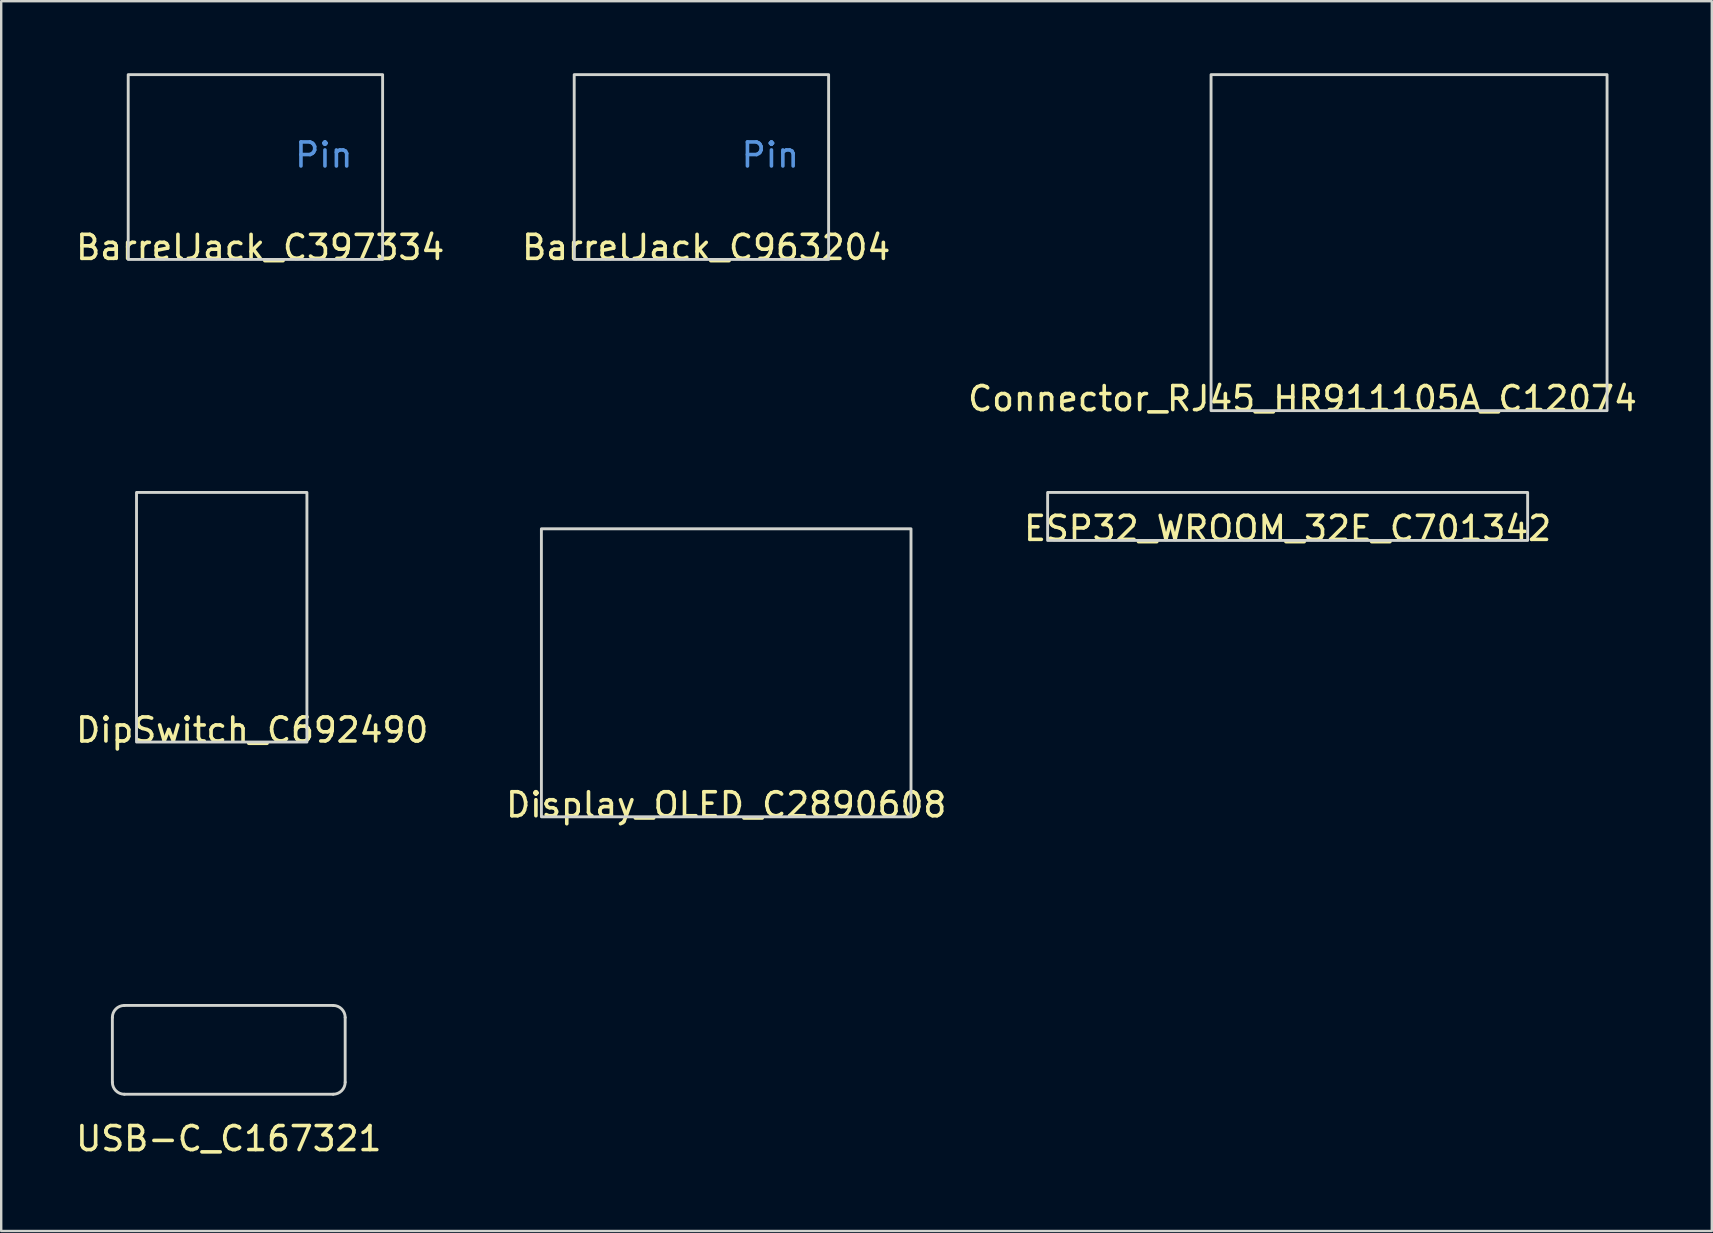
<source format=kicad_pcb>
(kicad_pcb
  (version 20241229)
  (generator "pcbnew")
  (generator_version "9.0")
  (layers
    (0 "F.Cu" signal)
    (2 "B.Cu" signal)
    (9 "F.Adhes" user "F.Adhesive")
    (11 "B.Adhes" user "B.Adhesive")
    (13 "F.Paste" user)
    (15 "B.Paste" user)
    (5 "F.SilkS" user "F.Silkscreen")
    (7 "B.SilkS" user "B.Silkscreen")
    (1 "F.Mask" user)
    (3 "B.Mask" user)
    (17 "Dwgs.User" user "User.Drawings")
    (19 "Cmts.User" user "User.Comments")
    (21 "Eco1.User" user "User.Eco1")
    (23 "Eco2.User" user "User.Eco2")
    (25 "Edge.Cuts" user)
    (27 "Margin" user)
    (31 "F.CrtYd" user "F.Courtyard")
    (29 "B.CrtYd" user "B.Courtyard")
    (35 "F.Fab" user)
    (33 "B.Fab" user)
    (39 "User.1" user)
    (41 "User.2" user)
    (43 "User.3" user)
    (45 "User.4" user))
  (footprint "DipSwitch_C692490"
    (layer "F.Cu")
    (at 7.458 27.868)
    (property "Reference" "DipSwitch_C692490" (at 0 -0.5 0) (unlocked yes) (layer "F.SilkS") (effects (font (size 1 1) (thickness 0.15))))
    (fp_line (start 0 0) (end 0 -4) (stroke (width 0.05) (type solid)) (layer "Eco1.User"))
    (fp_rect (start -4.82 0) (end 2.28 -10.4) (stroke (width 0.12) (type solid)) (fill no) (layer "Edge.Cuts")))
  (footprint "Display_OLED_C2890608"
    (layer "F.Cu")
    (at 27.208 35.533)
    (property "Reference" "Display_OLED_C2890608" (at 0 -5.05 0) (unlocked yes) (layer "F.SilkS") (effects (font (size 1 1) (thickness 0.15))))
    (fp_line (start 0 0) (end 0 -8) (stroke (width 0.05) (type solid)) (layer "Eco1.User"))
    (fp_rect (start -8.75 -3.3) (end 8.75 -17.8) (stroke (width 0.05) (type solid)) (fill no) (layer "Eco1.User"))
    (fp_rect (start -6.75 -5.55) (end 6.75 -15.55) (stroke (width 0.05) (type solid)) (fill no) (layer "Eco1.User"))
    (fp_rect (start -9.25 -18.1) (end 9.25 0) (stroke (width 0.05) (type solid)) (fill no) (layer "Eco2.User"))
    (fp_rect (start -7.7 -4.55) (end 7.7 -16.55) (stroke (width 0.12) (type solid)) (fill no) (layer "Edge.Cuts")))
  (footprint "BarrelJack_C963204"
    (layer "F.Cu")
    (at 26.375 7.76)
    (property "Reference" "BarrelJack_C963204" (at 0 -0.5 0) (unlocked yes) (layer "F.SilkS") (effects (font (size 1 1) (thickness 0.15))))
    (fp_line (start 0 0) (end 0 -4) (stroke (width 0.05) (type solid)) (layer "Eco1.User"))
    (fp_line (start 1.07 -2.45) (end 1.07 -4.45) (stroke (width 0.05) (type solid)) (layer "Eco1.User"))
    (fp_line (start 2.07 -3.5) (end 0.07 -3.5) (stroke (width 0.05) (type solid)) (layer "Eco1.User"))
    (fp_rect (start -5.5 0) (end 5.1 -7.7) (stroke (width 0.12) (type solid)) (fill no) (layer "Edge.Cuts"))
    (fp_text user "Pin" (at 2.67 -4.35 0) (unlocked yes) (layer "Cmts.User") (effects (font (size 1 1) (thickness 0.15)))))
  (footprint "Connector_RJ45_HR911105A_C12074"
    (layer "F.Cu")
    (at 51.22 14.06)
    (property "Reference" "Connector_RJ45_HR911105A_C12074" (at 0 -0.5 0) (unlocked yes) (layer "F.SilkS") (effects (font (size 1 1) (thickness 0.15))))
    (fp_line (start 0 0) (end 0 -5) (stroke (width 0.05) (type solid)) (layer "Eco1.User"))
    (fp_rect (start -3.81 0) (end 12.69 -14) (stroke (width 0.12) (type solid)) (fill no) (layer "Edge.Cuts")))
  (footprint "ESP32_WROOM_32E_C701342"
    (layer "F.Cu")
    (at 50.601 19.468)
    (property "Reference" "ESP32_WROOM_32E_C701342" (at 0 -0.5 0) (unlocked yes) (layer "F.SilkS") (effects (font (size 1 1) (thickness 0.15))))
    (fp_rect (start -10 0) (end 10 -2) (stroke (width 0.12) (type solid)) (fill no) (layer "Edge.Cuts")))
  (footprint "BarrelJack_C397334"
    (layer "F.Cu")
    (at 7.792 7.76)
    (property "Reference" "BarrelJack_C397334" (at 0 -0.5 0) (unlocked yes) (layer "F.SilkS") (effects (font (size 1 1) (thickness 0.15))))
    (fp_line (start 0 0) (end 0 -4) (stroke (width 0.05) (type solid)) (layer "Eco1.User"))
    (fp_line (start 1.05 -2.45) (end 1.05 -4.45) (stroke (width 0.05) (type solid)) (layer "Eco1.User"))
    (fp_line (start 2.05 -3.5) (end 0.05 -3.5) (stroke (width 0.05) (type solid)) (layer "Eco1.User"))
    (fp_rect (start -5.5 0) (end 5.1 -7.7) (stroke (width 0.12) (type solid)) (fill no) (layer "Edge.Cuts"))
    (fp_text user "Pin" (at 2.65 -4.35 0) (unlocked yes) (layer "Cmts.User") (effects (font (size 1 1) (thickness 0.15)))))
  (footprint "USB-C_C167321"
    (layer "F.Cu")
    (at 6.482 42.543)
    (property "Reference" "USB-C_C167321" (at 0 1.85 0) (unlocked yes) (layer "F.SilkS") (effects (font (size 1 1) (thickness 0.15))))
    (fp_rect (start -4.65 0) (end 4.45 -3.2) (stroke (width 0.01) (type solid)) (fill no) (layer "Eco1.User"))
    (fp_line (start -4.85 -0.5) (end -4.85 -3.2) (stroke (width 0.12) (type solid)) (layer "Edge.Cuts"))
    (fp_line (start -4.35 -3.7) (end 4.35 -3.7) (stroke (width 0.12) (type solid)) (layer "Edge.Cuts"))
    (fp_line (start 4.35 0) (end -4.35 -0.000001) (stroke (width 0.12) (type solid)) (layer "Edge.Cuts"))
    (fp_line (start 4.85 -3.2) (end 4.85 -0.5) (stroke (width 0.12) (type solid)) (layer "Edge.Cuts"))
    (fp_arc (start -4.849999 -3.200001) (mid -4.703553 -3.553554) (end -4.35 -3.7) (stroke (width 0.12) (type solid)) (layer "Edge.Cuts"))
    (fp_arc (start -4.350001 -0.000001) (mid -4.703554 -0.146447) (end -4.85 -0.5) (stroke (width 0.12) (type solid)) (layer "Edge.Cuts"))
    (fp_arc (start 4.350001 -3.699999) (mid 4.703553 -3.553552) (end 4.85 -3.2) (stroke (width 0.12) (type solid)) (layer "Edge.Cuts"))
    (fp_arc (start 4.849999 -0.499999) (mid 4.703552 -0.146447) (end 4.35 0) (stroke (width 0.12) (type solid)) (layer "Edge.Cuts")))
  (gr_rect
    (start -3 -3)
    (end 68.274 48.242)
    (stroke (width 0.1) (type default))
    (fill no)
    (layer "Edge.Cuts")))
</source>
